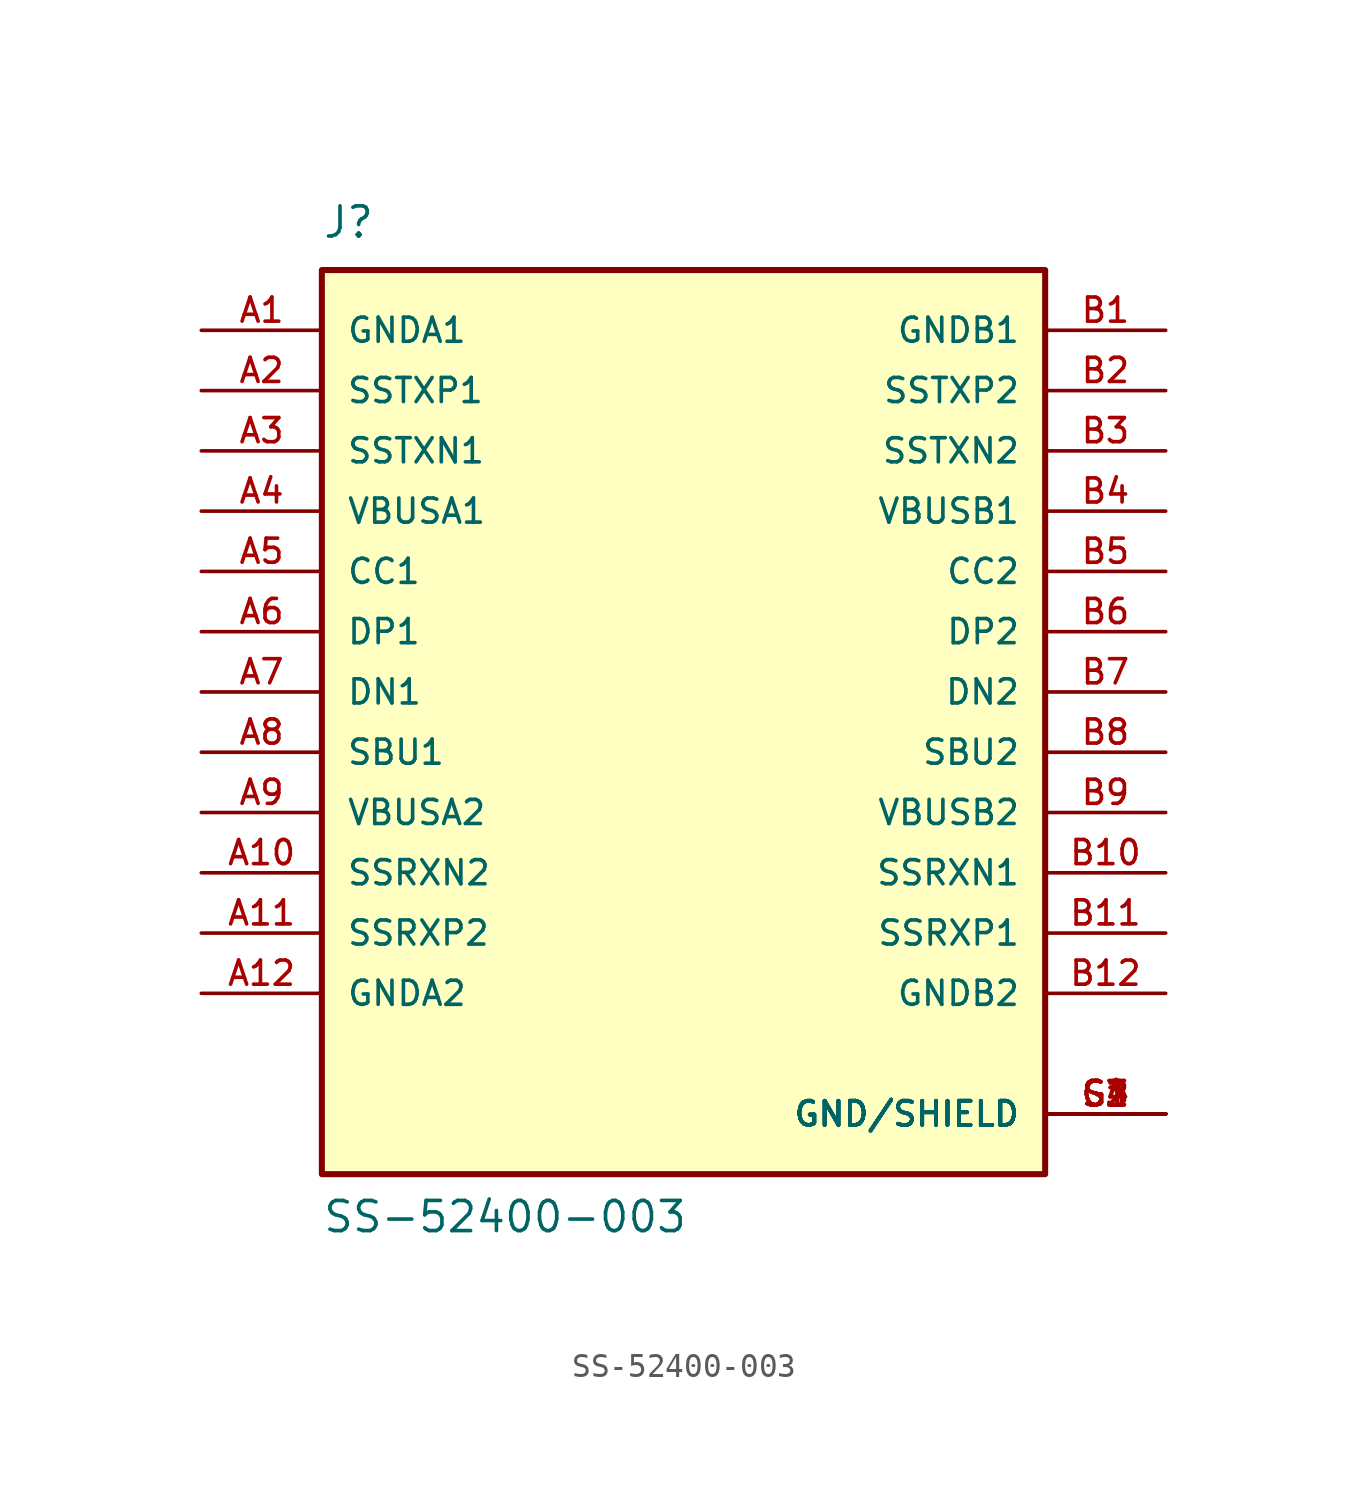
<source format=kicad_sym>
(kicad_symbol_lib
  (version 20211014)
  (generator kicad_symbol_editor)
  (symbol "SS-52400-003"
    (pin_names
      (offset 1.016))
    (property "Reference" "J"
      (at -15.24 19.05 0)
      (effects (font (size 1.27 1.27)) (justify bottom left)))
    (property "Value" "SS-52400-003"
      (at -15.24 -22.86 0)
      (effects (font (size 1.27 1.27)) (justify bottom left)))
    (symbol "SS-52400-003_0_0"
      (rectangle (start -15.24 -20.32) (end 15.24 17.78) (stroke (width 0.254)) (fill (type background)))
      (pin power_in line (at -20.32 15.24 0) (length 5.08) (name "GNDA1" (effects (font (size 1.016 1.016)))) (number "A1" (effects (font (size 1.016 1.016)))))
      (pin power_in line (at 20.32 15.24 180.0) (length 5.08) (name "GNDB1" (effects (font (size 1.016 1.016)))) (number "B1" (effects (font (size 1.016 1.016)))))
      (pin bidirectional line (at -20.32 12.7 0) (length 5.08) (name "SSTXP1" (effects (font (size 1.016 1.016)))) (number "A2" (effects (font (size 1.016 1.016)))))
      (pin bidirectional line (at -20.32 10.16 0) (length 5.08) (name "SSTXN1" (effects (font (size 1.016 1.016)))) (number "A3" (effects (font (size 1.016 1.016)))))
      (pin power_in line (at -20.32 7.62 0) (length 5.08) (name "VBUSA1" (effects (font (size 1.016 1.016)))) (number "A4" (effects (font (size 1.016 1.016)))))
      (pin bidirectional line (at -20.32 5.08 0) (length 5.08) (name "CC1" (effects (font (size 1.016 1.016)))) (number "A5" (effects (font (size 1.016 1.016)))))
      (pin bidirectional line (at -20.32 2.54 0) (length 5.08) (name "DP1" (effects (font (size 1.016 1.016)))) (number "A6" (effects (font (size 1.016 1.016)))))
      (pin bidirectional line (at -20.32 0.0 0) (length 5.08) (name "DN1" (effects (font (size 1.016 1.016)))) (number "A7" (effects (font (size 1.016 1.016)))))
      (pin bidirectional line (at -20.32 -2.54 0) (length 5.08) (name "SBU1" (effects (font (size 1.016 1.016)))) (number "A8" (effects (font (size 1.016 1.016)))))
      (pin power_in line (at -20.32 -5.08 0) (length 5.08) (name "VBUSA2" (effects (font (size 1.016 1.016)))) (number "A9" (effects (font (size 1.016 1.016)))))
      (pin bidirectional line (at -20.32 -7.62 0) (length 5.08) (name "SSRXN2" (effects (font (size 1.016 1.016)))) (number "A10" (effects (font (size 1.016 1.016)))))
      (pin bidirectional line (at -20.32 -10.16 0) (length 5.08) (name "SSRXP2" (effects (font (size 1.016 1.016)))) (number "A11" (effects (font (size 1.016 1.016)))))
      (pin power_in line (at -20.32 -12.7 0) (length 5.08) (name "GNDA2" (effects (font (size 1.016 1.016)))) (number "A12" (effects (font (size 1.016 1.016)))))
      (pin bidirectional line (at 20.32 12.7 180.0) (length 5.08) (name "SSTXP2" (effects (font (size 1.016 1.016)))) (number "B2" (effects (font (size 1.016 1.016)))))
      (pin bidirectional line (at 20.32 10.16 180.0) (length 5.08) (name "SSTXN2" (effects (font (size 1.016 1.016)))) (number "B3" (effects (font (size 1.016 1.016)))))
      (pin power_in line (at 20.32 7.62 180.0) (length 5.08) (name "VBUSB1" (effects (font (size 1.016 1.016)))) (number "B4" (effects (font (size 1.016 1.016)))))
      (pin bidirectional line (at 20.32 5.08 180.0) (length 5.08) (name "CC2" (effects (font (size 1.016 1.016)))) (number "B5" (effects (font (size 1.016 1.016)))))
      (pin bidirectional line (at 20.32 2.54 180.0) (length 5.08) (name "DP2" (effects (font (size 1.016 1.016)))) (number "B6" (effects (font (size 1.016 1.016)))))
      (pin bidirectional line (at 20.32 0.0 180.0) (length 5.08) (name "DN2" (effects (font (size 1.016 1.016)))) (number "B7" (effects (font (size 1.016 1.016)))))
      (pin bidirectional line (at 20.32 -2.54 180.0) (length 5.08) (name "SBU2" (effects (font (size 1.016 1.016)))) (number "B8" (effects (font (size 1.016 1.016)))))
      (pin power_in line (at 20.32 -5.08 180.0) (length 5.08) (name "VBUSB2" (effects (font (size 1.016 1.016)))) (number "B9" (effects (font (size 1.016 1.016)))))
      (pin bidirectional line (at 20.32 -7.62 180.0) (length 5.08) (name "SSRXN1" (effects (font (size 1.016 1.016)))) (number "B10" (effects (font (size 1.016 1.016)))))
      (pin bidirectional line (at 20.32 -10.16 180.0) (length 5.08) (name "SSRXP1" (effects (font (size 1.016 1.016)))) (number "B11" (effects (font (size 1.016 1.016)))))
      (pin power_in line (at 20.32 -12.7 180.0) (length 5.08) (name "GNDB2" (effects (font (size 1.016 1.016)))) (number "B12" (effects (font (size 1.016 1.016)))))
      (pin power_in line (at 20.32 -17.78 180.0) (length 5.08) (name "GND/SHIELD" (effects (font (size 1.016 1.016)))) (number "G1" (effects (font (size 1.016 1.016)))))
      (pin power_in line (at 20.32 -17.78 180.0) (length 5.08) (name "GND/SHIELD" (effects (font (size 1.016 1.016)))) (number "G2" (effects (font (size 1.016 1.016)))))
      (pin power_in line (at 20.32 -17.78 180.0) (length 5.08) (name "GND/SHIELD" (effects (font (size 1.016 1.016)))) (number "G3" (effects (font (size 1.016 1.016)))))
      (pin power_in line (at 20.32 -17.78 180.0) (length 5.08) (name "GND/SHIELD" (effects (font (size 1.016 1.016)))) (number "G4" (effects (font (size 1.016 1.016)))))
      (pin power_in line (at 20.32 -17.78 180.0) (length 5.08) (name "GND/SHIELD" (effects (font (size 1.016 1.016)))) (number "S1" (effects (font (size 1.016 1.016)))))
      (pin power_in line (at 20.32 -17.78 180.0) (length 5.08) (name "GND/SHIELD" (effects (font (size 1.016 1.016)))) (number "S2" (effects (font (size 1.016 1.016)))))
      (pin power_in line (at 20.32 -17.78 180.0) (length 5.08) (name "GND/SHIELD" (effects (font (size 1.016 1.016)))) (number "S3" (effects (font (size 1.016 1.016)))))
      (pin power_in line (at 20.32 -17.78 180.0) (length 5.08) (name "GND/SHIELD" (effects (font (size 1.016 1.016)))) (number "S4" (effects (font (size 1.016 1.016))))))))
</source>
